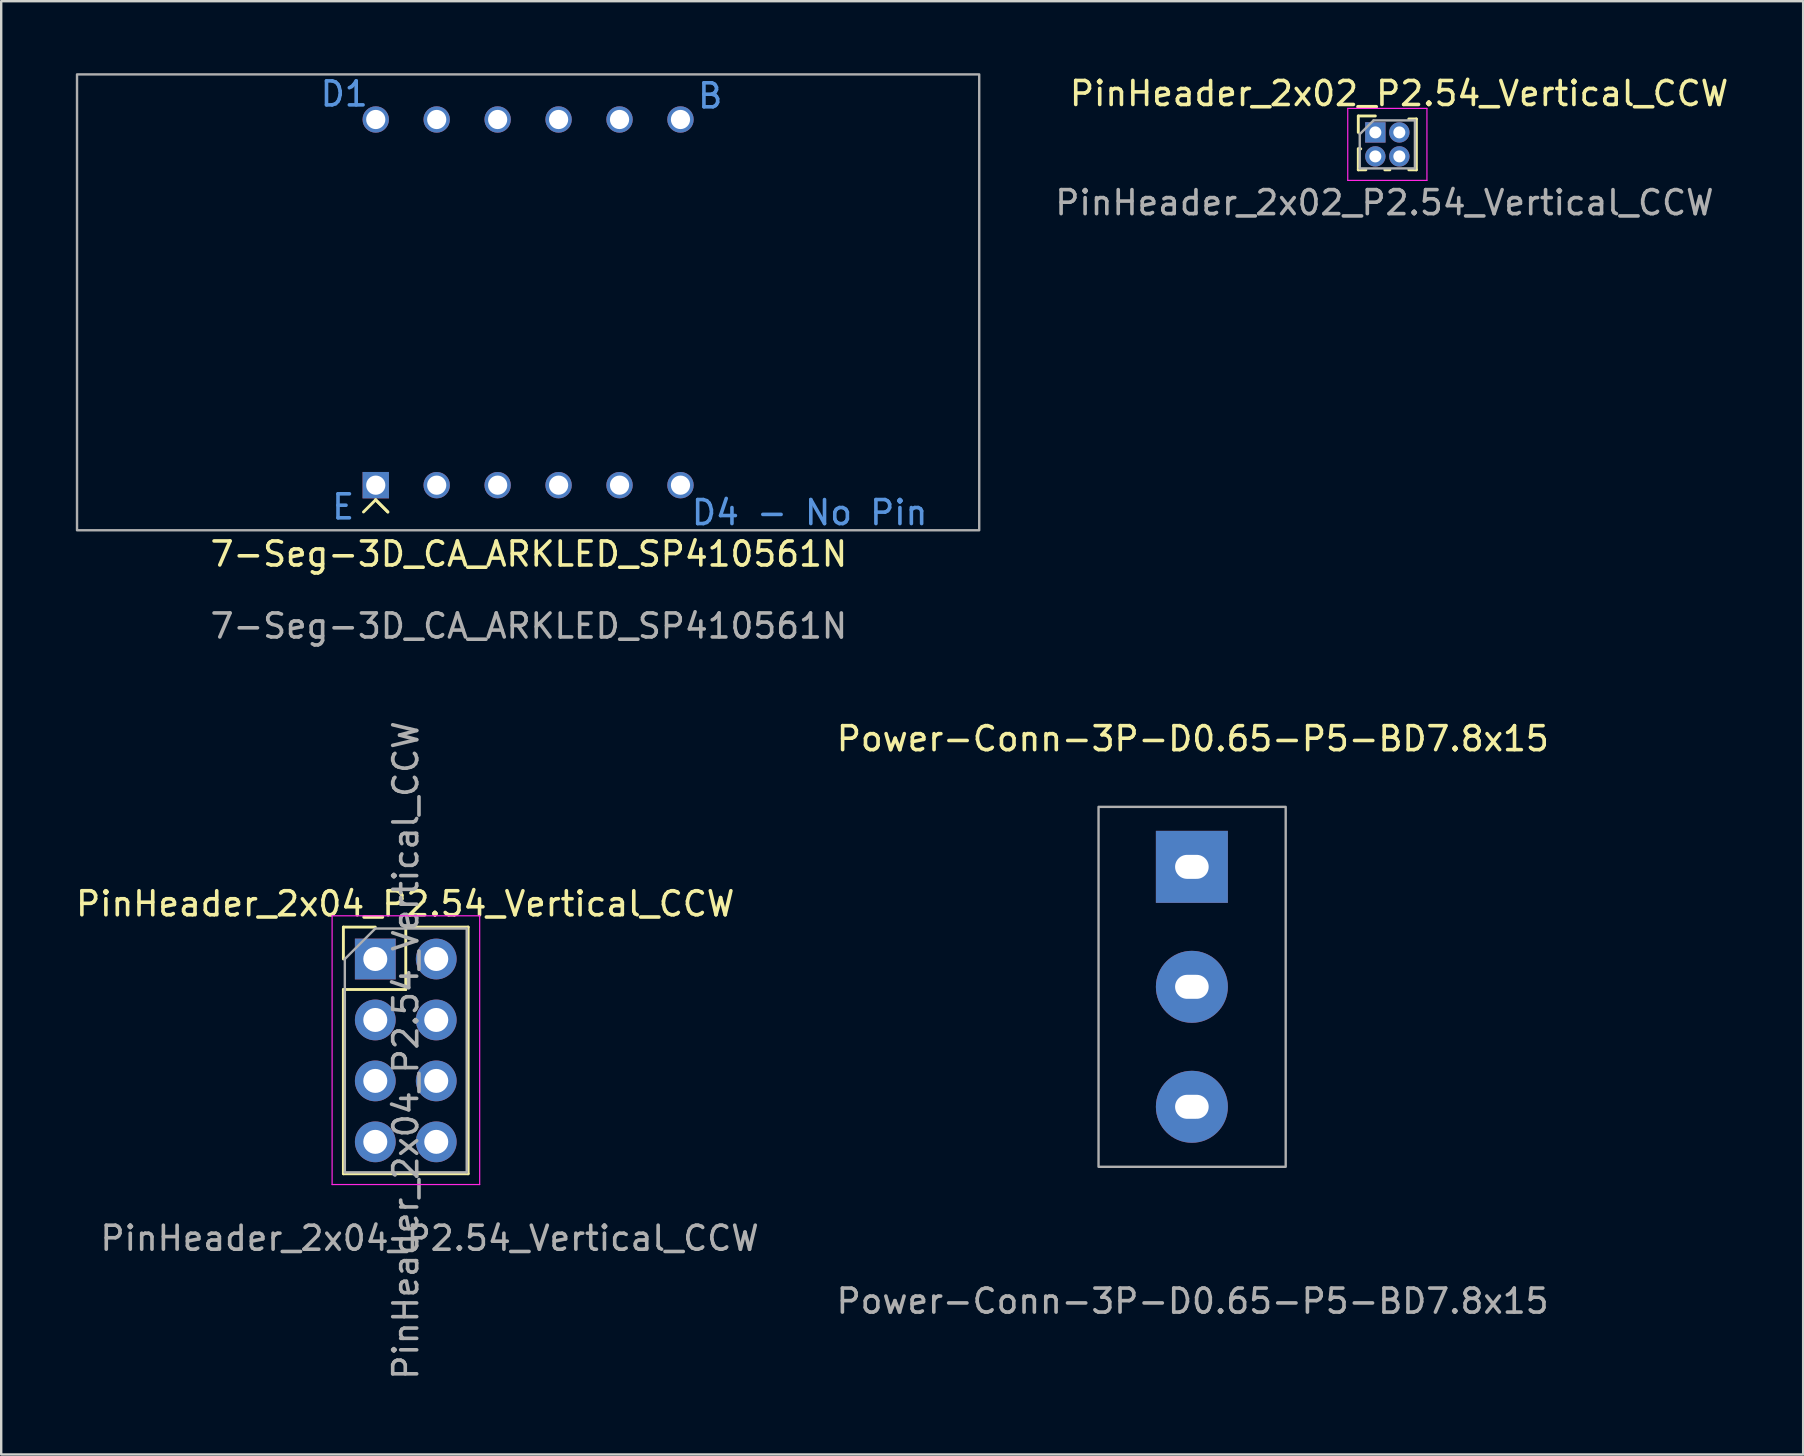
<source format=kicad_pcb>
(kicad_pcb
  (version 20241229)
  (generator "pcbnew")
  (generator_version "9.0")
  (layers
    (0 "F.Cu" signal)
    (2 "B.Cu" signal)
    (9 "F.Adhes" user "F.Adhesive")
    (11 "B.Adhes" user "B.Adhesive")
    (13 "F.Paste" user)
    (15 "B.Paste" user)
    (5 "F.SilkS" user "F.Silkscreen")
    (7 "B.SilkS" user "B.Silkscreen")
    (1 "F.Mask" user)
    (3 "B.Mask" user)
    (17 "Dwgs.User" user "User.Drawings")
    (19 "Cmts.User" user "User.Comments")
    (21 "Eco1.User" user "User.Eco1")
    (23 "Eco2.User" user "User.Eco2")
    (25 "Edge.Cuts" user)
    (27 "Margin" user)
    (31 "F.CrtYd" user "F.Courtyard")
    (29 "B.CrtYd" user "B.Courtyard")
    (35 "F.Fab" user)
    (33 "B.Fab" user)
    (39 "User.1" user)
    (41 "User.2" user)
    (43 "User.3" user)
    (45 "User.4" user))
  (footprint "7-Seg-3D_CA_ARKLED_SP410561N"
    (layer "F.Cu")
    (at 18.959 9.552)
    (property "Reference" "7-Seg-3D_CA_ARKLED_SP410561N" (at 0.031 10.488 0) (unlocked yes) (layer "F.SilkS") (effects (font (size 1 1) (thickness 0.15))))
    (attr through_hole)
    (fp_line (start -6.353 8.228) (end -6.861 8.736) (stroke (width 0.12) (type default)) (layer "F.SilkS"))
    (fp_line (start -6.353 8.228) (end -5.845 8.736) (stroke (width 0.12) (type default)) (layer "F.SilkS"))
    (fp_line (start -5.845 8.736) (end -6.353 8.228) (stroke (width 0.12) (type default)) (layer "F.SilkS"))
    (fp_rect (start -18.799 9.498) (end 18.801 -9.502) (stroke (width 0.1) (type default)) (fill no) (layer "F.Fab"))
    (fp_line (start -6.349 -9.492) (end -6.349 9.488) (stroke (width 0.12) (type default)) (layer "User.3"))
    (fp_line (start 6.351 -9.492) (end 6.351 9.488) (stroke (width 0.12) (type default)) (layer "User.3"))
    (fp_line (start 18.721 7.618) (end -18.899 7.618) (stroke (width 0.12) (type default)) (layer "User.3"))
    (fp_text user "D4 - No Pin" (at 6.731 9.348 0) (unlocked yes) (layer "Cmts.User") (effects (font (size 1 1) (thickness 0.15)) (justify left bottom)))
    (fp_text user "B" (at 6.991 -8.022 0) (unlocked yes) (layer "Cmts.User") (effects (font (size 1 1) (thickness 0.15)) (justify left bottom)))
    (fp_text user "D1" (at -8.739 -8.102 0) (unlocked yes) (layer "Cmts.User") (effects (font (size 1 1) (thickness 0.15)) (justify left bottom)))
    (fp_text user "E" (at -8.259 9.108 0) (unlocked yes) (layer "Cmts.User") (effects (font (size 1 1) (thickness 0.15)) (justify left bottom)))
    (fp_text user "${REFERENCE}" (at 0.031 13.488 0) (unlocked yes) (layer "F.Fab") (effects (font (size 1 1) (thickness 0.15))))
    (pad "1" thru_hole rect (at -6.349 7.618) (size 1.1 1.1) (drill 0.8) (layers "*.Cu" "*.Mask"))
    (pad "2" thru_hole circle (at -3.809 7.618) (size 1.1 1.1) (drill 0.8) (layers "*.Cu" "*.Mask"))
    (pad "3" thru_hole circle (at -1.269 7.618) (size 1.1 1.1) (drill 0.8) (layers "*.Cu" "*.Mask"))
    (pad "4" thru_hole circle (at 1.271 7.618) (size 1.1 1.1) (drill 0.8) (layers "*.Cu" "*.Mask"))
    (pad "5" thru_hole circle (at 3.811 7.618) (size 1.1 1.1) (drill 0.8) (layers "*.Cu" "*.Mask"))
    (pad "6" thru_hole circle (at 6.351 7.618) (size 1.1 1.1) (drill 0.8) (layers "*.Cu" "*.Mask"))
    (pad "7" thru_hole circle (at 6.351 -7.622) (size 1.1 1.1) (drill 0.8) (layers "*.Cu" "*.Mask"))
    (pad "8" thru_hole circle (at 3.811 -7.622) (size 1.1 1.1) (drill 0.8) (layers "*.Cu" "*.Mask"))
    (pad "9" thru_hole circle (at 1.271 -7.622) (size 1.1 1.1) (drill 0.8) (layers "*.Cu" "*.Mask"))
    (pad "10" thru_hole circle (at -1.269 -7.622) (size 1.1 1.1) (drill 0.8) (layers "*.Cu" "*.Mask"))
    (pad "11" thru_hole circle (at -3.809 -7.622) (size 1.1 1.1) (drill 0.8) (layers "*.Cu" "*.Mask"))
    (pad "12" thru_hole circle (at -6.349 -7.622) (size 1.1 1.1) (drill 0.8) (layers "*.Cu" "*.Mask")))
  (footprint "PinHeader_2x04_P2.54_Vertical_CCW"
    (layer "F.Cu")
    (at 13.839 35.118)
    (property "Reference" "PinHeader_2x04_P2.54_Vertical_CCW" (at 0 -0.5 0) (unlocked yes) (layer "F.SilkS") (effects (font (size 1 1) (thickness 0.15))))
    (attr through_hole)
    (fp_line (start -2.578 0.47) (end -1.248 0.47) (stroke (width 0.12) (type solid)) (layer "F.SilkS"))
    (fp_line (start -2.578 1.8) (end -2.578 0.47) (stroke (width 0.12) (type solid)) (layer "F.SilkS"))
    (fp_line (start -2.578 3.07) (end -2.578 10.75) (stroke (width 0.12) (type solid)) (layer "F.SilkS"))
    (fp_line (start -2.578 3.07) (end 0.022 3.07) (stroke (width 0.12) (type solid)) (layer "F.SilkS"))
    (fp_line (start -2.578 10.75) (end 2.622 10.75) (stroke (width 0.12) (type solid)) (layer "F.SilkS"))
    (fp_line (start 0.022 0.47) (end 2.622 0.47) (stroke (width 0.12) (type solid)) (layer "F.SilkS"))
    (fp_line (start 0.022 3.07) (end 0.022 0.47) (stroke (width 0.12) (type solid)) (layer "F.SilkS"))
    (fp_line (start 2.622 0.47) (end 2.622 10.75) (stroke (width 0.12) (type solid)) (layer "F.SilkS"))
    (fp_line (start -3.048 0) (end -3.048 11.2) (stroke (width 0.05) (type solid)) (layer "F.CrtYd"))
    (fp_line (start -3.048 11.2) (end 3.102 11.2) (stroke (width 0.05) (type solid)) (layer "F.CrtYd"))
    (fp_line (start 3.102 0) (end -3.048 0) (stroke (width 0.05) (type solid)) (layer "F.CrtYd"))
    (fp_line (start 3.102 11.2) (end 3.102 0) (stroke (width 0.05) (type solid)) (layer "F.CrtYd"))
    (fp_line (start -2.518 1.8) (end -1.248 0.53) (stroke (width 0.1) (type solid)) (layer "F.Fab"))
    (fp_line (start -2.518 10.69) (end -2.518 1.8) (stroke (width 0.1) (type solid)) (layer "F.Fab"))
    (fp_line (start -1.248 0.53) (end 2.562 0.53) (stroke (width 0.1) (type solid)) (layer "F.Fab"))
    (fp_line (start 2.562 0.53) (end 2.562 10.69) (stroke (width 0.1) (type solid)) (layer "F.Fab"))
    (fp_line (start 2.562 10.69) (end -2.518 10.69) (stroke (width 0.1) (type solid)) (layer "F.Fab"))
    (fp_text user "${REFERENCE}" (at 1.016 13.438 0) (unlocked yes) (layer "F.Fab") (effects (font (size 1 1) (thickness 0.15))))
    (fp_text user "${REFERENCE}" (at 0.022 5.61 90) (layer "F.Fab") (effects (font (size 1 1) (thickness 0.15))))
    (pad "1" thru_hole rect (at -1.248 1.8) (size 1.7 1.7) (drill 1) (layers "*.Cu" "*.Mask"))
    (pad "2" thru_hole oval (at -1.248 4.34) (size 1.7 1.7) (drill 1) (layers "*.Cu" "*.Mask"))
    (pad "3" thru_hole oval (at -1.248 6.88) (size 1.7 1.7) (drill 1) (layers "*.Cu" "*.Mask"))
    (pad "4" thru_hole oval (at -1.248 9.42) (size 1.7 1.7) (drill 1) (layers "*.Cu" "*.Mask"))
    (pad "5" thru_hole oval (at 1.292 9.42) (size 1.7 1.7) (drill 1) (layers "*.Cu" "*.Mask"))
    (pad "6" thru_hole oval (at 1.292 6.88) (size 1.7 1.7) (drill 1) (layers "*.Cu" "*.Mask"))
    (pad "7" thru_hole oval (at 1.292 4.34) (size 1.7 1.7) (drill 1) (layers "*.Cu" "*.Mask"))
    (pad "8" thru_hole oval (at 1.292 1.8) (size 1.7 1.7) (drill 1) (layers "*.Cu" "*.Mask")))
  (footprint "PinHeader_2x02_P2.54_Vertical_CCW"
    (layer "F.Cu")
    (at 54.829 3.008)
    (property "Reference" "PinHeader_2x02_P2.54_Vertical_CCW" (at 0.43 -2.16 0) (unlocked yes) (layer "F.SilkS") (effects (font (size 1 1) (thickness 0.15))))
    (attr smd)
    (fp_line (start -1.27 -1.225) (end -0.56 -1.225) (stroke (width 0.12) (type solid)) (layer "F.SilkS"))
    (fp_line (start -1.27 -0.54) (end -1.27 -1.225) (stroke (width 0.12) (type solid)) (layer "F.SilkS"))
    (fp_line (start -1.27 0.145) (end -1.27 1.02) (stroke (width 0.12) (type solid)) (layer "F.SilkS"))
    (fp_line (start -1.27 0.145) (end -1.168 0.145) (stroke (width 0.12) (type solid)) (layer "F.SilkS"))
    (fp_line (start -1.27 1.02) (end -0.954 1.02) (stroke (width 0.12) (type solid)) (layer "F.SilkS"))
    (fp_line (start -0.166 1.02) (end 0.046 1.02) (stroke (width 0.12) (type solid)) (layer "F.SilkS"))
    (fp_line (start 0.834 -1.1) (end 1.15 -1.1) (stroke (width 0.12) (type solid)) (layer "F.SilkS"))
    (fp_line (start 0.834 1.02) (end 1.15 1.02) (stroke (width 0.12) (type solid)) (layer "F.SilkS"))
    (fp_line (start 1.15 -1.1) (end 1.15 1.02) (stroke (width 0.12) (type solid)) (layer "F.SilkS"))
    (fp_line (start -1.71 -1.54) (end -1.71 1.46) (stroke (width 0.05) (type solid)) (layer "F.CrtYd"))
    (fp_line (start -1.71 1.46) (end 1.59 1.46) (stroke (width 0.05) (type solid)) (layer "F.CrtYd"))
    (fp_line (start 1.59 -1.54) (end -1.71 -1.54) (stroke (width 0.05) (type solid)) (layer "F.CrtYd"))
    (fp_line (start 1.59 1.46) (end 1.59 -1.54) (stroke (width 0.05) (type solid)) (layer "F.CrtYd"))
    (fp_line (start -1.21 -0.465) (end -0.635 -1.04) (stroke (width 0.1) (type solid)) (layer "F.Fab"))
    (fp_line (start -1.21 0.96) (end -1.21 -0.465) (stroke (width 0.1) (type solid)) (layer "F.Fab"))
    (fp_line (start -0.635 -1.04) (end 1.09 -1.04) (stroke (width 0.1) (type solid)) (layer "F.Fab"))
    (fp_line (start 1.09 -1.04) (end 1.09 0.96) (stroke (width 0.1) (type solid)) (layer "F.Fab"))
    (fp_line (start 1.09 0.96) (end -1.21 0.96) (stroke (width 0.1) (type solid)) (layer "F.Fab"))
    (fp_text user "${REFERENCE}" (at -0.18 2.39 180) (layer "F.Fab") (effects (font (size 1 1) (thickness 0.15))))
    (pad "1" thru_hole rect (at -0.56 -0.54) (size 0.85 0.85) (drill 0.5) (layers "*.Cu" "*.Mask"))
    (pad "2" thru_hole oval (at -0.56 0.46) (size 0.85 0.85) (drill 0.5) (layers "*.Cu" "*.Mask"))
    (pad "3" thru_hole oval (at 0.44 0.46) (size 0.85 0.85) (drill 0.5) (layers "*.Cu" "*.Mask"))
    (pad "4" thru_hole oval (at 0.44 -0.54) (size 0.85 0.85) (drill 0.5) (layers "*.Cu" "*.Mask")))
  (footprint "Power-Conn-3P-D0.65-P5-BD7.8x15"
    (layer "F.Cu")
    (at 46.633 38.077)
    (property "Reference" "Power-Conn-3P-D0.65-P5-BD7.8x15" (at 0.03 -10.34 0) (unlocked yes) (layer "F.SilkS") (effects (font (size 1 1) (thickness 0.15))))
    (attr through_hole)
    (fp_rect (start -3.9 7.5) (end 3.9 -7.5) (stroke (width 0.1) (type default)) (fill no) (layer "F.Fab"))
    (fp_text user "${REFERENCE}" (at 0.02 13.1 0) (unlocked yes) (layer "F.Fab") (effects (font (size 1 1) (thickness 0.15))))
    (pad "1" thru_hole rect (at -0.01 -5) (size 3 3) (drill oval 1.4 1) (layers "*.Cu" "*.Mask"))
    (pad "2" thru_hole circle (at -0.01 0) (size 3 3) (drill oval 1.4 1) (layers "*.Cu" "*.Mask"))
    (pad "3" thru_hole circle (at -0.01 5) (size 3 3) (drill oval 1.4 1) (layers "*.Cu" "*.Mask")))
  (gr_rect
    (start -3 -3)
    (end 72.099 57.567)
    (stroke (width 0.1) (type default))
    (fill no)
    (layer "Edge.Cuts")))
</source>
